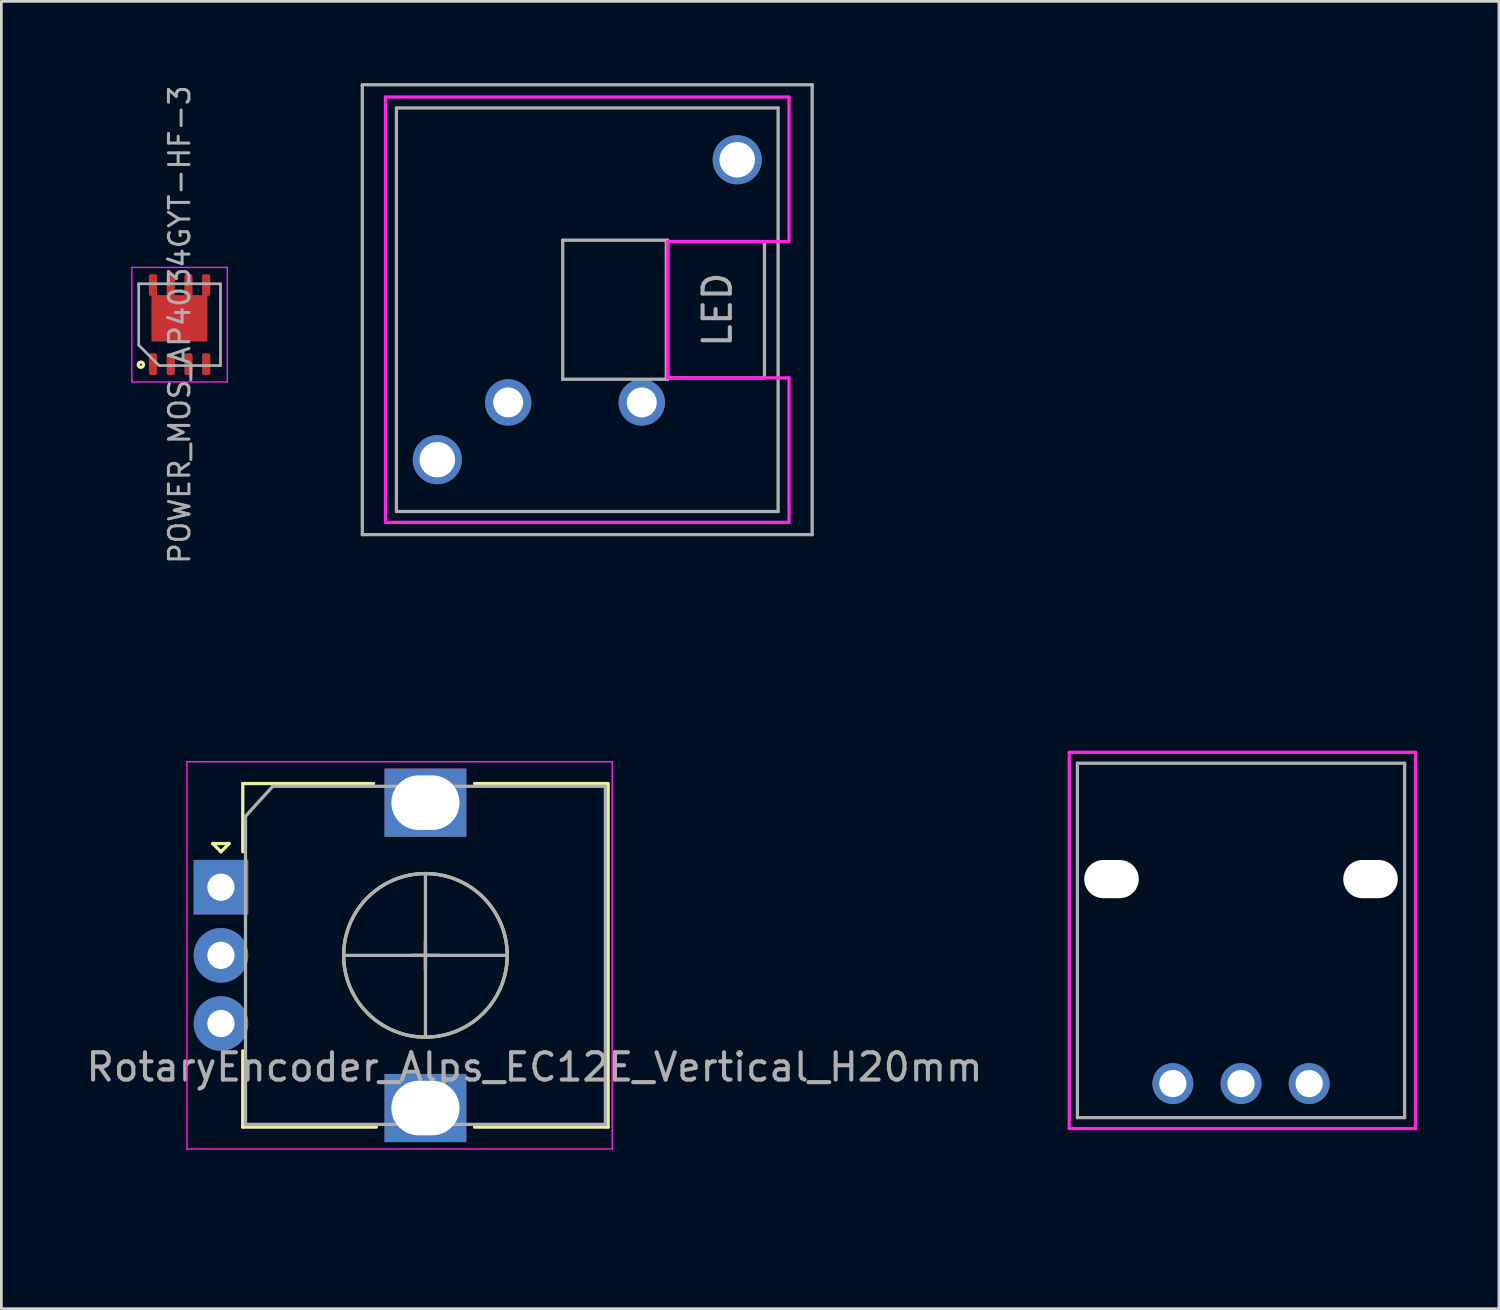
<source format=kicad_pcb>
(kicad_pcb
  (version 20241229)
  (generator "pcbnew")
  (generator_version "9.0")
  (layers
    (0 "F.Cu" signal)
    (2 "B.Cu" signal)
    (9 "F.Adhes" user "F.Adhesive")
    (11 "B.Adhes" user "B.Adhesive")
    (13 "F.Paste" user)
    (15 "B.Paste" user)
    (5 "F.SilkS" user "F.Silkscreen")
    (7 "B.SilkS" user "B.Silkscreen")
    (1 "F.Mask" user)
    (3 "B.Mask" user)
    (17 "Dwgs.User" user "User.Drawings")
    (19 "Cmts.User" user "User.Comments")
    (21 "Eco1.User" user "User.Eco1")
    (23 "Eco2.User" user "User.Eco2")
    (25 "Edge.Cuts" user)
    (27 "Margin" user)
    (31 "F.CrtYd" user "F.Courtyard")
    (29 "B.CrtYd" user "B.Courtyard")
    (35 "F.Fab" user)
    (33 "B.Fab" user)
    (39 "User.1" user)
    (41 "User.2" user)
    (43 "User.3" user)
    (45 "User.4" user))
  (footprint "POWER_MOS_AP4034GYT-HF-3"
    (layer "F.Cu")
    (at 3.529 8.858)
    (property "Reference" "POWER_MOS_AP4034GYT-HF-3" (at 0.061 0.838 180) (layer "Eco2.User") (effects (font (size 0.3 0.3) (thickness 0.075))))
    (attr smd)
    (fp_circle (center -1.412 1.468) (end -1.336 1.527) (stroke (width 0.12) (type solid)) (fill no) (layer "F.SilkS"))
    (fp_line (start -1.742 -2.1) (end -1.742 2.1) (stroke (width 0.05) (type solid)) (layer "F.CrtYd"))
    (fp_line (start -1.742 2.1) (end 1.758 2.1) (stroke (width 0.05) (type solid)) (layer "F.CrtYd"))
    (fp_line (start 1.758 -2.1) (end -1.742 -2.1) (stroke (width 0.05) (type solid)) (layer "F.CrtYd"))
    (fp_line (start 1.758 2.1) (end 1.758 -2.1) (stroke (width 0.05) (type solid)) (layer "F.CrtYd"))
    (fp_line (start -1.492 -1.5) (end 1.508 -1.5) (stroke (width 0.1) (type solid)) (layer "F.Fab"))
    (fp_line (start -1.492 0.75) (end -1.492 -1.5) (stroke (width 0.1) (type solid)) (layer "F.Fab"))
    (fp_line (start -0.742 1.5) (end -1.492 0.75) (stroke (width 0.1) (type solid)) (layer "F.Fab"))
    (fp_line (start 1.508 -1.5) (end 1.508 1.5) (stroke (width 0.1) (type solid)) (layer "F.Fab"))
    (fp_line (start 1.508 1.5) (end -0.742 1.5) (stroke (width 0.1) (type solid)) (layer "F.Fab"))
    (fp_text user "${REFERENCE}" (at 0.008 0 270) (layer "F.Fab") (effects (font (size 0.75 0.75) (thickness 0.11))))
    (pad "" smd roundrect (at -0.505 0.287 90) (size 0.69 0.83) (layers "F.Paste") (roundrect_rratio 0.25))
    (pad "" smd roundrect (at -0.502 -0.425 90) (size 0.69 0.83) (layers "F.Paste") (roundrect_rratio 0.25))
    (pad "" smd roundrect (at 0.518 -0.425 90) (size 0.69 0.83) (layers "F.Paste") (roundrect_rratio 0.25))
    (pad "" smd roundrect (at 0.518 0.29 90) (size 0.69 0.83) (layers "F.Paste") (roundrect_rratio 0.25))
    (pad "1" smd roundrect (at -0.967 1.45 90) (size 0.8 0.3) (layers "F.Cu" "F.Mask" "F.Paste") (roundrect_rratio 0.25))
    (pad "2" smd roundrect (at -0.317 1.45 90) (size 0.8 0.3) (layers "F.Cu" "F.Mask" "F.Paste") (roundrect_rratio 0.25))
    (pad "3" smd roundrect (at 0.333 1.45 90) (size 0.8 0.3) (layers "F.Cu" "F.Mask" "F.Paste") (roundrect_rratio 0.25))
    (pad "4" smd roundrect (at 0.983 1.45 90) (size 0.8 0.3) (layers "F.Cu" "F.Mask" "F.Paste") (roundrect_rratio 0.25))
    (pad "5" smd roundrect (at -0.967 -1.45 90) (size 0.8 0.3) (layers "F.Cu" "F.Mask" "F.Paste") (roundrect_rratio 0.25))
    (pad "5" smd roundrect (at -0.317 -1.45 90) (size 0.8 0.3) (layers "F.Cu" "F.Mask" "F.Paste") (roundrect_rratio 0.25))
    (pad "5" smd rect (at 0.003 -0.234 90) (size 1.7 2.05) (layers "F.Cu" "F.Mask"))
    (pad "5" smd roundrect (at 0.333 -1.45 90) (size 0.8 0.3) (layers "F.Cu" "F.Mask" "F.Paste") (roundrect_rratio 0.25))
    (pad "5" smd roundrect (at 0.983 -1.45 90) (size 0.8 0.3) (layers "F.Cu" "F.Mask" "F.Paste") (roundrect_rratio 0.25)))
  (footprint "RotaryPotentiometer"
    (layer "F.Cu")
    (at 42.467 32.943)
    (property "Reference" "RotaryPotentiometer" (at 0.1 8.7 0) (layer "Eco2.User") (effects (font (size 0.3 0.3) (thickness 0.075))))
    (attr through_hole)
    (fp_line (start -6.3 -8.4) (end 6.4 -8.4) (stroke (width 0.12) (type solid)) (layer "F.CrtYd"))
    (fp_line (start -6.3 5.4) (end -6.3 -8.4) (stroke (width 0.12) (type solid)) (layer "F.CrtYd"))
    (fp_line (start 6.4 -8.4) (end 6.4 5.4) (stroke (width 0.12) (type solid)) (layer "F.CrtYd"))
    (fp_line (start 6.4 5.4) (end -6.3 5.4) (stroke (width 0.12) (type solid)) (layer "F.CrtYd"))
    (fp_line (start -6 -8) (end 6 -8) (stroke (width 0.12) (type solid)) (layer "F.Fab"))
    (fp_line (start -6 5) (end -6 -8) (stroke (width 0.12) (type solid)) (layer "F.Fab"))
    (fp_line (start 6 -8) (end 6 5) (stroke (width 0.12) (type solid)) (layer "F.Fab"))
    (fp_line (start 6 5) (end -6 5) (stroke (width 0.12) (type solid)) (layer "F.Fab"))
    (pad "" np_thru_hole circle (at -4.75 -3.75) (size 2 2) (drill oval 2 1.4) (layers "*.Cu" "*.Mask"))
    (pad "" np_thru_hole circle (at 4.75 -3.75) (size 2 2) (drill oval 2 1.4) (layers "*.Cu" "*.Mask"))
    (pad "1" thru_hole circle (at -2.5 3.75) (size 1.5 1.5) (drill 1) (layers "*.Cu" "*.Mask"))
    (pad "2" thru_hole circle (at 0 3.75) (size 1.5 1.5) (drill 1) (layers "*.Cu" "*.Mask"))
    (pad "3" thru_hole circle (at 2.5 3.75) (size 1.5 1.5) (drill 1) (layers "*.Cu" "*.Mask")))
  (footprint "RgbButton"
    (layer "F.Cu")
    (at 18.489 8.31)
    (property "Reference" "RgbButton" (at 0.1 12.325 180) (layer "Eco2.User") (effects (font (size 1 1) (thickness 0.15))))
    (attr through_hole)
    (fp_line (start -7.4 -7.8) (end 7.4 -7.8) (stroke (width 0.12) (type solid)) (layer "F.CrtYd"))
    (fp_line (start -7.4 7.8) (end -7.4 -7.8) (stroke (width 0.12) (type solid)) (layer "F.CrtYd"))
    (fp_line (start 2.95 -2.5) (end 2.95 2.5) (stroke (width 0.12) (type solid)) (layer "F.CrtYd"))
    (fp_line (start 2.95 2.5) (end 7.4 2.5) (stroke (width 0.12) (type solid)) (layer "F.CrtYd"))
    (fp_line (start 7.4 -7.8) (end 7.4 -2.5) (stroke (width 0.12) (type solid)) (layer "F.CrtYd"))
    (fp_line (start 7.4 -2.5) (end 2.95 -2.5) (stroke (width 0.12) (type solid)) (layer "F.CrtYd"))
    (fp_line (start 7.4 2.5) (end 7.4 7.8) (stroke (width 0.12) (type solid)) (layer "F.CrtYd"))
    (fp_line (start 7.4 7.8) (end -7.4 7.8) (stroke (width 0.12) (type solid)) (layer "F.CrtYd"))
    (fp_line (start -8.25 -8.25) (end 8.25 -8.25) (stroke (width 0.12) (type solid)) (layer "F.Fab"))
    (fp_line (start -8.25 8.25) (end -8.25 -8.25) (stroke (width 0.12) (type solid)) (layer "F.Fab"))
    (fp_line (start -7 -7.4) (end 7 -7.4) (stroke (width 0.12) (type solid)) (layer "F.Fab"))
    (fp_line (start -7 7.4) (end -7 -7.4) (stroke (width 0.12) (type solid)) (layer "F.Fab"))
    (fp_line (start -0.9 -2.55) (end 2.95 -2.55) (stroke (width 0.12) (type solid)) (layer "F.Fab"))
    (fp_line (start -0.9 2.55) (end -0.9 -2.55) (stroke (width 0.12) (type solid)) (layer "F.Fab"))
    (fp_line (start 2.9 -2.5) (end 2.9 2.5) (stroke (width 0.12) (type solid)) (layer "F.Fab"))
    (fp_line (start 2.9 2.5) (end 6.5 2.5) (stroke (width 0.12) (type solid)) (layer "F.Fab"))
    (fp_line (start 2.95 -2.55) (end 2.95 2.55) (stroke (width 0.12) (type solid)) (layer "F.Fab"))
    (fp_line (start 2.95 2.55) (end -0.9 2.55) (stroke (width 0.12) (type solid)) (layer "F.Fab"))
    (fp_line (start 6.5 -2.5) (end 2.9 -2.5) (stroke (width 0.12) (type solid)) (layer "F.Fab"))
    (fp_line (start 6.5 2.5) (end 6.5 -2.5) (stroke (width 0.12) (type solid)) (layer "F.Fab"))
    (fp_line (start 7 -7.4) (end 7 7.4) (stroke (width 0.12) (type solid)) (layer "F.Fab"))
    (fp_line (start 7 7.4) (end -7 7.4) (stroke (width 0.12) (type solid)) (layer "F.Fab"))
    (fp_line (start 8.25 -8.25) (end 8.25 8.25) (stroke (width 0.12) (type solid)) (layer "F.Fab"))
    (fp_line (start 8.25 8.25) (end -8.25 8.25) (stroke (width 0.12) (type solid)) (layer "F.Fab"))
    (fp_text user "LED" (at 4.775 0 270) (layer "F.Fab") (effects (font (size 1 1) (thickness 0.15))))
    (pad "" thru_hole circle (at -5.5 5.5) (size 1.8 1.8) (drill 1.3) (layers "*.Cu" "*.Mask"))
    (pad "" thru_hole circle (at 5.5 -5.5) (size 1.8 1.8) (drill 1.3) (layers "*.Cu" "*.Mask"))
    (pad "1" thru_hole circle (at 2 3.4) (size 1.7 1.7) (drill 1.1) (layers "*.Cu" "*.Mask"))
    (pad "2" thru_hole circle (at -2.9 3.4) (size 1.7 1.7) (drill 1.1) (layers "*.Cu" "*.Mask")))
  (footprint "RotaryEncoder_Alps_EC12E_Vertical_H20mm"
    (layer "F.Cu")
    (at 12.554 31.99)
    (property "Reference" "RotaryEncoder_Alps_EC12E_Vertical_H20mm" (at -4.7 -7.2 180) (layer "Eco2.User") (effects (font (size 0.3 0.3) (thickness 0.075))))
    (attr through_hole)
    (fp_line (start -7.8 -4.1) (end -7.2 -4.1) (stroke (width 0.12) (type solid)) (layer "F.SilkS"))
    (fp_line (start -7.5 -3.8) (end -7.8 -4.1) (stroke (width 0.12) (type solid)) (layer "F.SilkS"))
    (fp_line (start -7.2 -4.1) (end -7.5 -3.8) (stroke (width 0.12) (type solid)) (layer "F.SilkS"))
    (fp_line (start -6.7 -6.3) (end -6.7 -3.8) (stroke (width 0.12) (type solid)) (layer "F.SilkS"))
    (fp_line (start -6.7 6.3) (end -6.7 3.5) (stroke (width 0.12) (type solid)) (layer "F.SilkS"))
    (fp_line (start -1.9 -6.3) (end -6.7 -6.3) (stroke (width 0.12) (type solid)) (layer "F.SilkS"))
    (fp_line (start -1.8 6.3) (end -6.7 6.3) (stroke (width 0.12) (type solid)) (layer "F.SilkS"))
    (fp_line (start -0.5 0) (end 0.5 0) (stroke (width 0.12) (type solid)) (layer "F.SilkS"))
    (fp_line (start 0 -0.5) (end 0 0.5) (stroke (width 0.12) (type solid)) (layer "F.SilkS"))
    (fp_line (start 1.8 -6.3) (end 6.7 -6.3) (stroke (width 0.12) (type solid)) (layer "F.SilkS"))
    (fp_line (start 6.7 -6.3) (end 6.7 6.3) (stroke (width 0.12) (type solid)) (layer "F.SilkS"))
    (fp_line (start 6.7 6.3) (end 1.8 6.3) (stroke (width 0.12) (type solid)) (layer "F.SilkS"))
    (fp_circle (center 0 0) (end 3 0) (stroke (width 0.12) (type solid)) (fill no) (layer "F.SilkS"))
    (fp_line (start -8.75 -7.1) (end -8.75 7.1) (stroke (width 0.05) (type solid)) (layer "F.CrtYd"))
    (fp_line (start -8.75 -7.1) (end 6.85 -7.1) (stroke (width 0.05) (type solid)) (layer "F.CrtYd"))
    (fp_line (start 6.85 7.1) (end -8.75 7.1) (stroke (width 0.05) (type solid)) (layer "F.CrtYd"))
    (fp_line (start 6.85 7.1) (end 6.85 -7.1) (stroke (width 0.05) (type solid)) (layer "F.CrtYd"))
    (fp_line (start -6.6 -5.1) (end -5.6 -6.2) (stroke (width 0.12) (type solid)) (layer "F.Fab"))
    (fp_line (start -6.6 6.2) (end -6.6 -5.1) (stroke (width 0.12) (type solid)) (layer "F.Fab"))
    (fp_line (start -5.6 -6.2) (end 6.6 -6.2) (stroke (width 0.12) (type solid)) (layer "F.Fab"))
    (fp_line (start -3 0) (end 3 0) (stroke (width 0.12) (type solid)) (layer "F.Fab"))
    (fp_line (start 0 -3) (end 0 3) (stroke (width 0.12) (type solid)) (layer "F.Fab"))
    (fp_line (start 6.6 -6.2) (end 6.6 6.2) (stroke (width 0.12) (type solid)) (layer "F.Fab"))
    (fp_line (start 6.6 6.2) (end -6.6 6.2) (stroke (width 0.12) (type solid)) (layer "F.Fab"))
    (fp_circle (center 0 0) (end 3 0) (stroke (width 0.12) (type solid)) (fill no) (layer "F.Fab"))
    (fp_text user "${REFERENCE}" (at 4 4.1 180) (layer "F.Fab") (effects (font (size 1 1) (thickness 0.15))))
    (pad "1" thru_hole rect (at -7.5 -2.5) (size 2 2) (drill 1) (layers "*.Cu" "*.Mask"))
    (pad "2" thru_hole circle (at -7.5 0) (size 2 2) (drill 1) (layers "*.Cu" "*.Mask"))
    (pad "3" thru_hole circle (at -7.5 2.5) (size 2 2) (drill 1) (layers "*.Cu" "*.Mask"))
    (pad "MP" thru_hole rect (at 0 -5.6) (size 3 2.5) (drill oval 2.5 2) (layers "*.Cu" "*.Mask"))
    (pad "MP" thru_hole rect (at 0 5.6) (size 3 2.5) (drill oval 2.5 2) (layers "*.Cu" "*.Mask")))
  (gr_rect
    (start -3 -3)
    (end 51.927 44.95)
    (stroke (width 0.1) (type default))
    (fill no)
    (layer "Edge.Cuts")))
</source>
